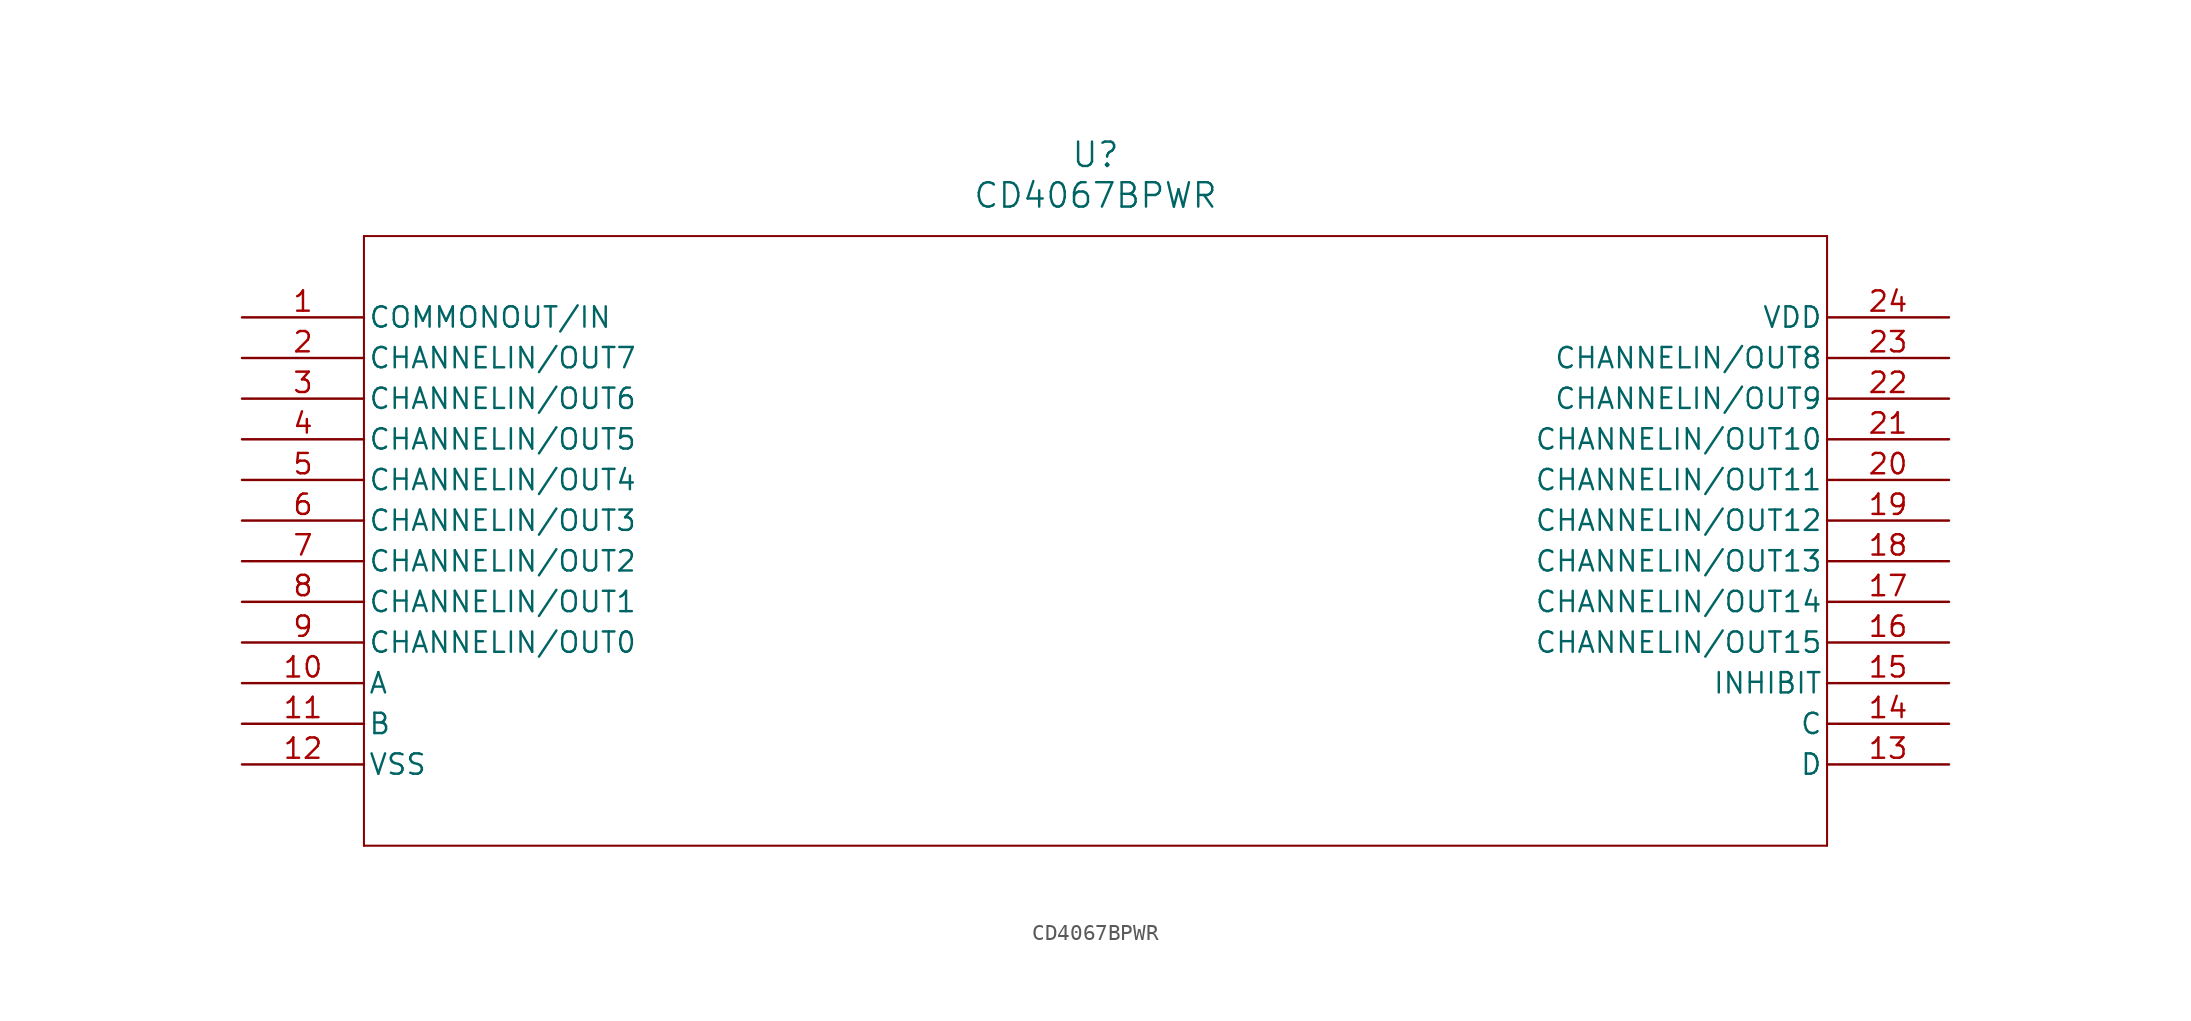
<source format=kicad_sym>
(kicad_symbol_lib
  (version 20211014)
  (generator kicad_symbol_editor)
  (symbol "CD4067BPWR"
    (pin_names
      (offset 0.254))
    (property "Reference" "U"
      (at 53.34 10.16 0)
      (effects (font (size 1.524 1.524))))
    (property "Value" "CD4067BPWR"
      (at 53.34 7.62 0)
      (effects (font (size 1.524 1.524))))
    (symbol "CD4067BPWR_0_1"
      (polyline (pts (xy 7.62 5.08) (xy 7.62 -33.02)) (stroke (width 0.127) (type default) (color 0 0 0 0)) (fill (type none)))
      (polyline (pts (xy 7.62 -33.02) (xy 99.06 -33.02)) (stroke (width 0.127) (type default) (color 0 0 0 0)) (fill (type none)))
      (polyline (pts (xy 99.06 -33.02) (xy 99.06 5.08)) (stroke (width 0.127) (type default) (color 0 0 0 0)) (fill (type none)))
      (polyline (pts (xy 99.06 5.08) (xy 7.62 5.08)) (stroke (width 0.127) (type default) (color 0 0 0 0)) (fill (type none)))
      (pin bidirectional line (at 0 0 0) (length 7.62) (name "COMMONOUT/IN" (effects (font (size 1.27 1.27)))) (number "1" (effects (font (size 1.27 1.27)))))
      (pin bidirectional line (at 0 -2.54 0) (length 7.62) (name "CHANNELIN/OUT7" (effects (font (size 1.27 1.27)))) (number "2" (effects (font (size 1.27 1.27)))))
      (pin bidirectional line (at 0 -5.08 0) (length 7.62) (name "CHANNELIN/OUT6" (effects (font (size 1.27 1.27)))) (number "3" (effects (font (size 1.27 1.27)))))
      (pin bidirectional line (at 0 -7.62 0) (length 7.62) (name "CHANNELIN/OUT5" (effects (font (size 1.27 1.27)))) (number "4" (effects (font (size 1.27 1.27)))))
      (pin bidirectional line (at 0 -10.16 0) (length 7.62) (name "CHANNELIN/OUT4" (effects (font (size 1.27 1.27)))) (number "5" (effects (font (size 1.27 1.27)))))
      (pin bidirectional line (at 0 -12.7 0) (length 7.62) (name "CHANNELIN/OUT3" (effects (font (size 1.27 1.27)))) (number "6" (effects (font (size 1.27 1.27)))))
      (pin bidirectional line (at 0 -15.24 0) (length 7.62) (name "CHANNELIN/OUT2" (effects (font (size 1.27 1.27)))) (number "7" (effects (font (size 1.27 1.27)))))
      (pin bidirectional line (at 0 -17.78 0) (length 7.62) (name "CHANNELIN/OUT1" (effects (font (size 1.27 1.27)))) (number "8" (effects (font (size 1.27 1.27)))))
      (pin bidirectional line (at 0 -20.32 0) (length 7.62) (name "CHANNELIN/OUT0" (effects (font (size 1.27 1.27)))) (number "9" (effects (font (size 1.27 1.27)))))
      (pin unspecified line (at 0 -22.86 0) (length 7.62) (name "A" (effects (font (size 1.27 1.27)))) (number "10" (effects (font (size 1.27 1.27)))))
      (pin unspecified line (at 0 -25.4 0) (length 7.62) (name "B" (effects (font (size 1.27 1.27)))) (number "11" (effects (font (size 1.27 1.27)))))
      (pin power_in line (at 0 -27.94 0) (length 7.62) (name "VSS" (effects (font (size 1.27 1.27)))) (number "12" (effects (font (size 1.27 1.27)))))
      (pin unspecified line (at 106.68 -27.94 180) (length 7.62) (name "D" (effects (font (size 1.27 1.27)))) (number "13" (effects (font (size 1.27 1.27)))))
      (pin unspecified line (at 106.68 -25.4 180) (length 7.62) (name "C" (effects (font (size 1.27 1.27)))) (number "14" (effects (font (size 1.27 1.27)))))
      (pin unspecified line (at 106.68 -22.86 180) (length 7.62) (name "INHIBIT" (effects (font (size 1.27 1.27)))) (number "15" (effects (font (size 1.27 1.27)))))
      (pin bidirectional line (at 106.68 -20.32 180) (length 7.62) (name "CHANNELIN/OUT15" (effects (font (size 1.27 1.27)))) (number "16" (effects (font (size 1.27 1.27)))))
      (pin bidirectional line (at 106.68 -17.78 180) (length 7.62) (name "CHANNELIN/OUT14" (effects (font (size 1.27 1.27)))) (number "17" (effects (font (size 1.27 1.27)))))
      (pin bidirectional line (at 106.68 -15.24 180) (length 7.62) (name "CHANNELIN/OUT13" (effects (font (size 1.27 1.27)))) (number "18" (effects (font (size 1.27 1.27)))))
      (pin bidirectional line (at 106.68 -12.7 180) (length 7.62) (name "CHANNELIN/OUT12" (effects (font (size 1.27 1.27)))) (number "19" (effects (font (size 1.27 1.27)))))
      (pin bidirectional line (at 106.68 -10.16 180) (length 7.62) (name "CHANNELIN/OUT11" (effects (font (size 1.27 1.27)))) (number "20" (effects (font (size 1.27 1.27)))))
      (pin bidirectional line (at 106.68 -7.62 180) (length 7.62) (name "CHANNELIN/OUT10" (effects (font (size 1.27 1.27)))) (number "21" (effects (font (size 1.27 1.27)))))
      (pin bidirectional line (at 106.68 -5.08 180) (length 7.62) (name "CHANNELIN/OUT9" (effects (font (size 1.27 1.27)))) (number "22" (effects (font (size 1.27 1.27)))))
      (pin bidirectional line (at 106.68 -2.54 180) (length 7.62) (name "CHANNELIN/OUT8" (effects (font (size 1.27 1.27)))) (number "23" (effects (font (size 1.27 1.27)))))
      (pin power_in line (at 106.68 0 180) (length 7.62) (name "VDD" (effects (font (size 1.27 1.27)))) (number "24" (effects (font (size 1.27 1.27))))))))
</source>
